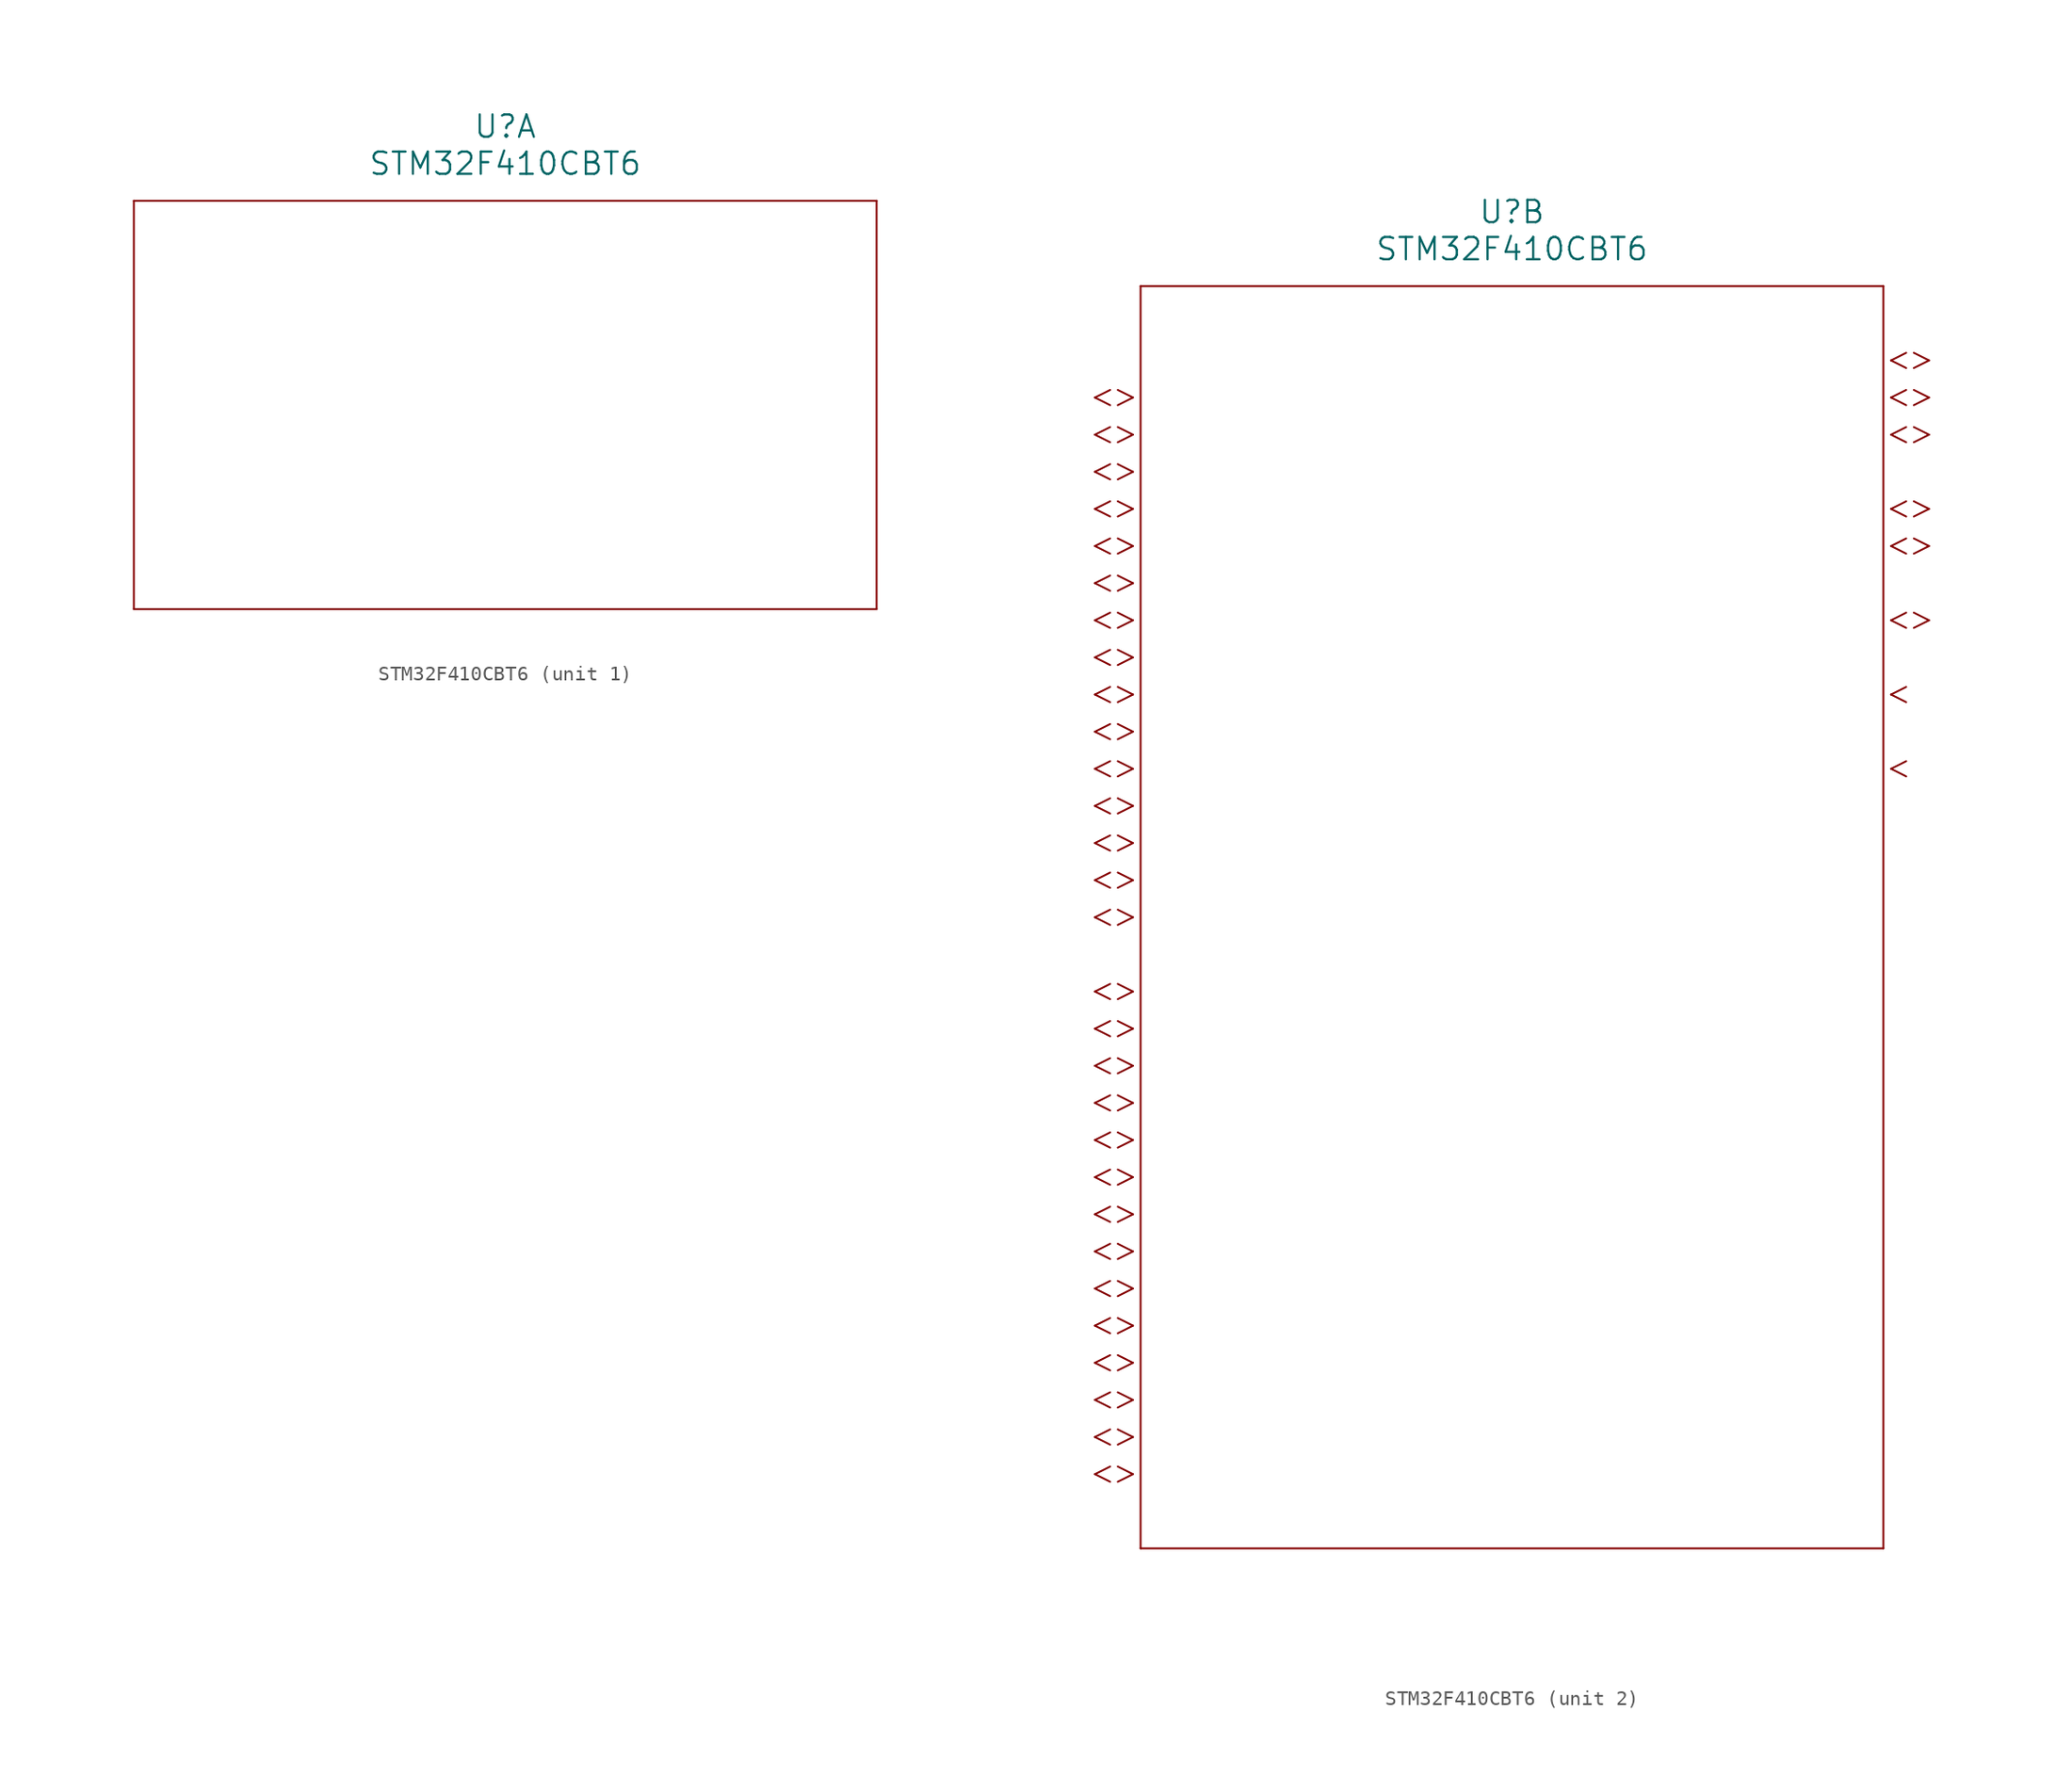
<source format=kicad_sym>
(kicad_symbol_lib
  (version 20211014)
  (generator kicad_symbol_editor)
  (symbol "STM32F410CBT6"
    (pin_names
      (offset 0.254))
    (property "Reference" "U"
      (at 33.02 10.16 0)
      (effects (font (size 1.524 1.524))))
    (property "Value" "STM32F410CBT6"
      (at 33.02 7.62 0)
      (effects (font (size 1.524 1.524))))
    (symbol "STM32F410CBT6_1_1"
      (polyline (pts (xy 7.62 5.08) (xy 7.62 -22.86)) (stroke (width 0.127) (type default) (color 0 0 0 0)) (fill (type none)))
      (polyline (pts (xy 7.62 -22.86) (xy 58.42 -22.86)) (stroke (width 0.127) (type default) (color 0 0 0 0)) (fill (type none)))
      (polyline (pts (xy 58.42 -22.86) (xy 58.42 5.08)) (stroke (width 0.127) (type default) (color 0 0 0 0)) (fill (type none)))
      (polyline (pts (xy 58.42 5.08) (xy 7.62 5.08)) (stroke (width 0.127) (type default) (color 0 0 0 0)) (fill (type none))))
    (symbol "STM32F410CBT6_2_1"
      (polyline (pts (xy 7.099 -2.54) (xy 6.058 -2.019)) (stroke (width 0.127) (type default) (color 0 0 0 0)) (fill (type none)))
      (polyline (pts (xy 7.099 -2.54) (xy 6.058 -3.061)) (stroke (width 0.127) (type default) (color 0 0 0 0)) (fill (type none)))
      (polyline (pts (xy 5.537 -2.019) (xy 4.496 -2.54)) (stroke (width 0.127) (type default) (color 0 0 0 0)) (fill (type none)))
      (polyline (pts (xy 5.537 -3.061) (xy 4.496 -2.54)) (stroke (width 0.127) (type default) (color 0 0 0 0)) (fill (type none)))
      (polyline (pts (xy 7.099 -5.08) (xy 6.058 -4.559)) (stroke (width 0.127) (type default) (color 0 0 0 0)) (fill (type none)))
      (polyline (pts (xy 7.099 -5.08) (xy 6.058 -5.601)) (stroke (width 0.127) (type default) (color 0 0 0 0)) (fill (type none)))
      (polyline (pts (xy 5.537 -4.559) (xy 4.496 -5.08)) (stroke (width 0.127) (type default) (color 0 0 0 0)) (fill (type none)))
      (polyline (pts (xy 5.537 -5.601) (xy 4.496 -5.08)) (stroke (width 0.127) (type default) (color 0 0 0 0)) (fill (type none)))
      (polyline (pts (xy 7.099 -7.62) (xy 6.058 -7.099)) (stroke (width 0.127) (type default) (color 0 0 0 0)) (fill (type none)))
      (polyline (pts (xy 7.099 -7.62) (xy 6.058 -8.141)) (stroke (width 0.127) (type default) (color 0 0 0 0)) (fill (type none)))
      (polyline (pts (xy 5.537 -7.099) (xy 4.496 -7.62)) (stroke (width 0.127) (type default) (color 0 0 0 0)) (fill (type none)))
      (polyline (pts (xy 5.537 -8.141) (xy 4.496 -7.62)) (stroke (width 0.127) (type default) (color 0 0 0 0)) (fill (type none)))
      (polyline (pts (xy 7.099 -10.16) (xy 6.058 -9.639)) (stroke (width 0.127) (type default) (color 0 0 0 0)) (fill (type none)))
      (polyline (pts (xy 7.099 -10.16) (xy 6.058 -10.681)) (stroke (width 0.127) (type default) (color 0 0 0 0)) (fill (type none)))
      (polyline (pts (xy 5.537 -9.639) (xy 4.496 -10.16)) (stroke (width 0.127) (type default) (color 0 0 0 0)) (fill (type none)))
      (polyline (pts (xy 5.537 -10.681) (xy 4.496 -10.16)) (stroke (width 0.127) (type default) (color 0 0 0 0)) (fill (type none)))
      (polyline (pts (xy 7.099 -12.7) (xy 6.058 -12.179)) (stroke (width 0.127) (type default) (color 0 0 0 0)) (fill (type none)))
      (polyline (pts (xy 7.099 -12.7) (xy 6.058 -13.221)) (stroke (width 0.127) (type default) (color 0 0 0 0)) (fill (type none)))
      (polyline (pts (xy 5.537 -12.179) (xy 4.496 -12.7)) (stroke (width 0.127) (type default) (color 0 0 0 0)) (fill (type none)))
      (polyline (pts (xy 5.537 -13.221) (xy 4.496 -12.7)) (stroke (width 0.127) (type default) (color 0 0 0 0)) (fill (type none)))
      (polyline (pts (xy 7.099 -15.24) (xy 6.058 -14.719)) (stroke (width 0.127) (type default) (color 0 0 0 0)) (fill (type none)))
      (polyline (pts (xy 7.099 -15.24) (xy 6.058 -15.761)) (stroke (width 0.127) (type default) (color 0 0 0 0)) (fill (type none)))
      (polyline (pts (xy 5.537 -14.719) (xy 4.496 -15.24)) (stroke (width 0.127) (type default) (color 0 0 0 0)) (fill (type none)))
      (polyline (pts (xy 5.537 -15.761) (xy 4.496 -15.24)) (stroke (width 0.127) (type default) (color 0 0 0 0)) (fill (type none)))
      (polyline (pts (xy 7.099 -17.78) (xy 6.058 -17.259)) (stroke (width 0.127) (type default) (color 0 0 0 0)) (fill (type none)))
      (polyline (pts (xy 7.099 -17.78) (xy 6.058 -18.301)) (stroke (width 0.127) (type default) (color 0 0 0 0)) (fill (type none)))
      (polyline (pts (xy 5.537 -17.259) (xy 4.496 -17.78)) (stroke (width 0.127) (type default) (color 0 0 0 0)) (fill (type none)))
      (polyline (pts (xy 5.537 -18.301) (xy 4.496 -17.78)) (stroke (width 0.127) (type default) (color 0 0 0 0)) (fill (type none)))
      (polyline (pts (xy 7.099 -20.32) (xy 6.058 -19.799)) (stroke (width 0.127) (type default) (color 0 0 0 0)) (fill (type none)))
      (polyline (pts (xy 7.099 -20.32) (xy 6.058 -20.841)) (stroke (width 0.127) (type default) (color 0 0 0 0)) (fill (type none)))
      (polyline (pts (xy 5.537 -19.799) (xy 4.496 -20.32)) (stroke (width 0.127) (type default) (color 0 0 0 0)) (fill (type none)))
      (polyline (pts (xy 5.537 -20.841) (xy 4.496 -20.32)) (stroke (width 0.127) (type default) (color 0 0 0 0)) (fill (type none)))
      (polyline (pts (xy 7.099 -22.86) (xy 6.058 -22.339)) (stroke (width 0.127) (type default) (color 0 0 0 0)) (fill (type none)))
      (polyline (pts (xy 7.099 -22.86) (xy 6.058 -23.381)) (stroke (width 0.127) (type default) (color 0 0 0 0)) (fill (type none)))
      (polyline (pts (xy 5.537 -22.339) (xy 4.496 -22.86)) (stroke (width 0.127) (type default) (color 0 0 0 0)) (fill (type none)))
      (polyline (pts (xy 5.537 -23.381) (xy 4.496 -22.86)) (stroke (width 0.127) (type default) (color 0 0 0 0)) (fill (type none)))
      (polyline (pts (xy 7.099 -25.4) (xy 6.058 -24.879)) (stroke (width 0.127) (type default) (color 0 0 0 0)) (fill (type none)))
      (polyline (pts (xy 7.099 -25.4) (xy 6.058 -25.921)) (stroke (width 0.127) (type default) (color 0 0 0 0)) (fill (type none)))
      (polyline (pts (xy 5.537 -24.879) (xy 4.496 -25.4)) (stroke (width 0.127) (type default) (color 0 0 0 0)) (fill (type none)))
      (polyline (pts (xy 5.537 -25.921) (xy 4.496 -25.4)) (stroke (width 0.127) (type default) (color 0 0 0 0)) (fill (type none)))
      (polyline (pts (xy 7.099 -27.94) (xy 6.058 -27.419)) (stroke (width 0.127) (type default) (color 0 0 0 0)) (fill (type none)))
      (polyline (pts (xy 7.099 -27.94) (xy 6.058 -28.461)) (stroke (width 0.127) (type default) (color 0 0 0 0)) (fill (type none)))
      (polyline (pts (xy 5.537 -27.419) (xy 4.496 -27.94)) (stroke (width 0.127) (type default) (color 0 0 0 0)) (fill (type none)))
      (polyline (pts (xy 5.537 -28.461) (xy 4.496 -27.94)) (stroke (width 0.127) (type default) (color 0 0 0 0)) (fill (type none)))
      (polyline (pts (xy 7.099 -30.48) (xy 6.058 -29.959)) (stroke (width 0.127) (type default) (color 0 0 0 0)) (fill (type none)))
      (polyline (pts (xy 7.099 -30.48) (xy 6.058 -31.001)) (stroke (width 0.127) (type default) (color 0 0 0 0)) (fill (type none)))
      (polyline (pts (xy 5.537 -29.959) (xy 4.496 -30.48)) (stroke (width 0.127) (type default) (color 0 0 0 0)) (fill (type none)))
      (polyline (pts (xy 5.537 -31.001) (xy 4.496 -30.48)) (stroke (width 0.127) (type default) (color 0 0 0 0)) (fill (type none)))
      (polyline (pts (xy 7.099 -33.02) (xy 6.058 -32.499)) (stroke (width 0.127) (type default) (color 0 0 0 0)) (fill (type none)))
      (polyline (pts (xy 7.099 -33.02) (xy 6.058 -33.541)) (stroke (width 0.127) (type default) (color 0 0 0 0)) (fill (type none)))
      (polyline (pts (xy 5.537 -32.499) (xy 4.496 -33.02)) (stroke (width 0.127) (type default) (color 0 0 0 0)) (fill (type none)))
      (polyline (pts (xy 5.537 -33.541) (xy 4.496 -33.02)) (stroke (width 0.127) (type default) (color 0 0 0 0)) (fill (type none)))
      (polyline (pts (xy 7.099 -35.56) (xy 6.058 -35.039)) (stroke (width 0.127) (type default) (color 0 0 0 0)) (fill (type none)))
      (polyline (pts (xy 7.099 -35.56) (xy 6.058 -36.081)) (stroke (width 0.127) (type default) (color 0 0 0 0)) (fill (type none)))
      (polyline (pts (xy 5.537 -35.039) (xy 4.496 -35.56)) (stroke (width 0.127) (type default) (color 0 0 0 0)) (fill (type none)))
      (polyline (pts (xy 5.537 -36.081) (xy 4.496 -35.56)) (stroke (width 0.127) (type default) (color 0 0 0 0)) (fill (type none)))
      (polyline (pts (xy 7.099 -38.1) (xy 6.058 -37.579)) (stroke (width 0.127) (type default) (color 0 0 0 0)) (fill (type none)))
      (polyline (pts (xy 7.099 -38.1) (xy 6.058 -38.621)) (stroke (width 0.127) (type default) (color 0 0 0 0)) (fill (type none)))
      (polyline (pts (xy 5.537 -37.579) (xy 4.496 -38.1)) (stroke (width 0.127) (type default) (color 0 0 0 0)) (fill (type none)))
      (polyline (pts (xy 5.537 -38.621) (xy 4.496 -38.1)) (stroke (width 0.127) (type default) (color 0 0 0 0)) (fill (type none)))
      (polyline (pts (xy 7.099 -43.18) (xy 6.058 -42.659)) (stroke (width 0.127) (type default) (color 0 0 0 0)) (fill (type none)))
      (polyline (pts (xy 7.099 -43.18) (xy 6.058 -43.701)) (stroke (width 0.127) (type default) (color 0 0 0 0)) (fill (type none)))
      (polyline (pts (xy 5.537 -42.659) (xy 4.496 -43.18)) (stroke (width 0.127) (type default) (color 0 0 0 0)) (fill (type none)))
      (polyline (pts (xy 5.537 -43.701) (xy 4.496 -43.18)) (stroke (width 0.127) (type default) (color 0 0 0 0)) (fill (type none)))
      (polyline (pts (xy 7.099 -45.72) (xy 6.058 -45.199)) (stroke (width 0.127) (type default) (color 0 0 0 0)) (fill (type none)))
      (polyline (pts (xy 7.099 -45.72) (xy 6.058 -46.241)) (stroke (width 0.127) (type default) (color 0 0 0 0)) (fill (type none)))
      (polyline (pts (xy 5.537 -45.199) (xy 4.496 -45.72)) (stroke (width 0.127) (type default) (color 0 0 0 0)) (fill (type none)))
      (polyline (pts (xy 5.537 -46.241) (xy 4.496 -45.72)) (stroke (width 0.127) (type default) (color 0 0 0 0)) (fill (type none)))
      (polyline (pts (xy 7.099 -48.26) (xy 6.058 -47.739)) (stroke (width 0.127) (type default) (color 0 0 0 0)) (fill (type none)))
      (polyline (pts (xy 7.099 -48.26) (xy 6.058 -48.781)) (stroke (width 0.127) (type default) (color 0 0 0 0)) (fill (type none)))
      (polyline (pts (xy 5.537 -47.739) (xy 4.496 -48.26)) (stroke (width 0.127) (type default) (color 0 0 0 0)) (fill (type none)))
      (polyline (pts (xy 5.537 -48.781) (xy 4.496 -48.26)) (stroke (width 0.127) (type default) (color 0 0 0 0)) (fill (type none)))
      (polyline (pts (xy 7.099 -50.8) (xy 6.058 -50.279)) (stroke (width 0.127) (type default) (color 0 0 0 0)) (fill (type none)))
      (polyline (pts (xy 7.099 -50.8) (xy 6.058 -51.321)) (stroke (width 0.127) (type default) (color 0 0 0 0)) (fill (type none)))
      (polyline (pts (xy 5.537 -50.279) (xy 4.496 -50.8)) (stroke (width 0.127) (type default) (color 0 0 0 0)) (fill (type none)))
      (polyline (pts (xy 5.537 -51.321) (xy 4.496 -50.8)) (stroke (width 0.127) (type default) (color 0 0 0 0)) (fill (type none)))
      (polyline (pts (xy 7.099 -53.34) (xy 6.058 -52.819)) (stroke (width 0.127) (type default) (color 0 0 0 0)) (fill (type none)))
      (polyline (pts (xy 7.099 -53.34) (xy 6.058 -53.861)) (stroke (width 0.127) (type default) (color 0 0 0 0)) (fill (type none)))
      (polyline (pts (xy 5.537 -52.819) (xy 4.496 -53.34)) (stroke (width 0.127) (type default) (color 0 0 0 0)) (fill (type none)))
      (polyline (pts (xy 5.537 -53.861) (xy 4.496 -53.34)) (stroke (width 0.127) (type default) (color 0 0 0 0)) (fill (type none)))
      (polyline (pts (xy 7.099 -55.88) (xy 6.058 -55.359)) (stroke (width 0.127) (type default) (color 0 0 0 0)) (fill (type none)))
      (polyline (pts (xy 7.099 -55.88) (xy 6.058 -56.401)) (stroke (width 0.127) (type default) (color 0 0 0 0)) (fill (type none)))
      (polyline (pts (xy 5.537 -55.359) (xy 4.496 -55.88)) (stroke (width 0.127) (type default) (color 0 0 0 0)) (fill (type none)))
      (polyline (pts (xy 5.537 -56.401) (xy 4.496 -55.88)) (stroke (width 0.127) (type default) (color 0 0 0 0)) (fill (type none)))
      (polyline (pts (xy 7.099 -58.42) (xy 6.058 -57.899)) (stroke (width 0.127) (type default) (color 0 0 0 0)) (fill (type none)))
      (polyline (pts (xy 7.099 -58.42) (xy 6.058 -58.941)) (stroke (width 0.127) (type default) (color 0 0 0 0)) (fill (type none)))
      (polyline (pts (xy 5.537 -57.899) (xy 4.496 -58.42)) (stroke (width 0.127) (type default) (color 0 0 0 0)) (fill (type none)))
      (polyline (pts (xy 5.537 -58.941) (xy 4.496 -58.42)) (stroke (width 0.127) (type default) (color 0 0 0 0)) (fill (type none)))
      (polyline (pts (xy 7.099 -60.96) (xy 6.058 -60.439)) (stroke (width 0.127) (type default) (color 0 0 0 0)) (fill (type none)))
      (polyline (pts (xy 7.099 -60.96) (xy 6.058 -61.481)) (stroke (width 0.127) (type default) (color 0 0 0 0)) (fill (type none)))
      (polyline (pts (xy 5.537 -60.439) (xy 4.496 -60.96)) (stroke (width 0.127) (type default) (color 0 0 0 0)) (fill (type none)))
      (polyline (pts (xy 5.537 -61.481) (xy 4.496 -60.96)) (stroke (width 0.127) (type default) (color 0 0 0 0)) (fill (type none)))
      (polyline (pts (xy 7.099 -63.5) (xy 6.058 -62.979)) (stroke (width 0.127) (type default) (color 0 0 0 0)) (fill (type none)))
      (polyline (pts (xy 7.099 -63.5) (xy 6.058 -64.021)) (stroke (width 0.127) (type default) (color 0 0 0 0)) (fill (type none)))
      (polyline (pts (xy 5.537 -62.979) (xy 4.496 -63.5)) (stroke (width 0.127) (type default) (color 0 0 0 0)) (fill (type none)))
      (polyline (pts (xy 5.537 -64.021) (xy 4.496 -63.5)) (stroke (width 0.127) (type default) (color 0 0 0 0)) (fill (type none)))
      (polyline (pts (xy 7.099 -66.04) (xy 6.058 -65.519)) (stroke (width 0.127) (type default) (color 0 0 0 0)) (fill (type none)))
      (polyline (pts (xy 7.099 -66.04) (xy 6.058 -66.561)) (stroke (width 0.127) (type default) (color 0 0 0 0)) (fill (type none)))
      (polyline (pts (xy 5.537 -65.519) (xy 4.496 -66.04)) (stroke (width 0.127) (type default) (color 0 0 0 0)) (fill (type none)))
      (polyline (pts (xy 5.537 -66.561) (xy 4.496 -66.04)) (stroke (width 0.127) (type default) (color 0 0 0 0)) (fill (type none)))
      (polyline (pts (xy 7.099 -68.58) (xy 6.058 -68.059)) (stroke (width 0.127) (type default) (color 0 0 0 0)) (fill (type none)))
      (polyline (pts (xy 7.099 -68.58) (xy 6.058 -69.101)) (stroke (width 0.127) (type default) (color 0 0 0 0)) (fill (type none)))
      (polyline (pts (xy 5.537 -68.059) (xy 4.496 -68.58)) (stroke (width 0.127) (type default) (color 0 0 0 0)) (fill (type none)))
      (polyline (pts (xy 5.537 -69.101) (xy 4.496 -68.58)) (stroke (width 0.127) (type default) (color 0 0 0 0)) (fill (type none)))
      (polyline (pts (xy 7.099 -71.12) (xy 6.058 -70.599)) (stroke (width 0.127) (type default) (color 0 0 0 0)) (fill (type none)))
      (polyline (pts (xy 7.099 -71.12) (xy 6.058 -71.641)) (stroke (width 0.127) (type default) (color 0 0 0 0)) (fill (type none)))
      (polyline (pts (xy 5.537 -70.599) (xy 4.496 -71.12)) (stroke (width 0.127) (type default) (color 0 0 0 0)) (fill (type none)))
      (polyline (pts (xy 5.537 -71.641) (xy 4.496 -71.12)) (stroke (width 0.127) (type default) (color 0 0 0 0)) (fill (type none)))
      (polyline (pts (xy 7.099 -73.66) (xy 6.058 -73.139)) (stroke (width 0.127) (type default) (color 0 0 0 0)) (fill (type none)))
      (polyline (pts (xy 7.099 -73.66) (xy 6.058 -74.181)) (stroke (width 0.127) (type default) (color 0 0 0 0)) (fill (type none)))
      (polyline (pts (xy 5.537 -73.139) (xy 4.496 -73.66)) (stroke (width 0.127) (type default) (color 0 0 0 0)) (fill (type none)))
      (polyline (pts (xy 5.537 -74.181) (xy 4.496 -73.66)) (stroke (width 0.127) (type default) (color 0 0 0 0)) (fill (type none)))
      (polyline (pts (xy 7.099 -76.2) (xy 6.058 -75.679)) (stroke (width 0.127) (type default) (color 0 0 0 0)) (fill (type none)))
      (polyline (pts (xy 7.099 -76.2) (xy 6.058 -76.721)) (stroke (width 0.127) (type default) (color 0 0 0 0)) (fill (type none)))
      (polyline (pts (xy 5.537 -75.679) (xy 4.496 -76.2)) (stroke (width 0.127) (type default) (color 0 0 0 0)) (fill (type none)))
      (polyline (pts (xy 5.537 -76.721) (xy 4.496 -76.2)) (stroke (width 0.127) (type default) (color 0 0 0 0)) (fill (type none)))
      (polyline (pts (xy 58.941 0) (xy 59.982 0.521)) (stroke (width 0.127) (type default) (color 0 0 0 0)) (fill (type none)))
      (polyline (pts (xy 58.941 0) (xy 59.982 -0.521)) (stroke (width 0.127) (type default) (color 0 0 0 0)) (fill (type none)))
      (polyline (pts (xy 60.503 0.521) (xy 61.544 0)) (stroke (width 0.127) (type default) (color 0 0 0 0)) (fill (type none)))
      (polyline (pts (xy 60.503 -0.521) (xy 61.544 0)) (stroke (width 0.127) (type default) (color 0 0 0 0)) (fill (type none)))
      (polyline (pts (xy 58.941 -2.54) (xy 59.982 -2.019)) (stroke (width 0.127) (type default) (color 0 0 0 0)) (fill (type none)))
      (polyline (pts (xy 58.941 -2.54) (xy 59.982 -3.061)) (stroke (width 0.127) (type default) (color 0 0 0 0)) (fill (type none)))
      (polyline (pts (xy 60.503 -2.019) (xy 61.544 -2.54)) (stroke (width 0.127) (type default) (color 0 0 0 0)) (fill (type none)))
      (polyline (pts (xy 60.503 -3.061) (xy 61.544 -2.54)) (stroke (width 0.127) (type default) (color 0 0 0 0)) (fill (type none)))
      (polyline (pts (xy 58.941 -5.08) (xy 59.982 -4.559)) (stroke (width 0.127) (type default) (color 0 0 0 0)) (fill (type none)))
      (polyline (pts (xy 58.941 -5.08) (xy 59.982 -5.601)) (stroke (width 0.127) (type default) (color 0 0 0 0)) (fill (type none)))
      (polyline (pts (xy 60.503 -4.559) (xy 61.544 -5.08)) (stroke (width 0.127) (type default) (color 0 0 0 0)) (fill (type none)))
      (polyline (pts (xy 60.503 -5.601) (xy 61.544 -5.08)) (stroke (width 0.127) (type default) (color 0 0 0 0)) (fill (type none)))
      (polyline (pts (xy 58.941 -10.16) (xy 59.982 -9.639)) (stroke (width 0.127) (type default) (color 0 0 0 0)) (fill (type none)))
      (polyline (pts (xy 58.941 -10.16) (xy 59.982 -10.681)) (stroke (width 0.127) (type default) (color 0 0 0 0)) (fill (type none)))
      (polyline (pts (xy 60.503 -9.639) (xy 61.544 -10.16)) (stroke (width 0.127) (type default) (color 0 0 0 0)) (fill (type none)))
      (polyline (pts (xy 60.503 -10.681) (xy 61.544 -10.16)) (stroke (width 0.127) (type default) (color 0 0 0 0)) (fill (type none)))
      (polyline (pts (xy 58.941 -12.7) (xy 59.982 -12.179)) (stroke (width 0.127) (type default) (color 0 0 0 0)) (fill (type none)))
      (polyline (pts (xy 58.941 -12.7) (xy 59.982 -13.221)) (stroke (width 0.127) (type default) (color 0 0 0 0)) (fill (type none)))
      (polyline (pts (xy 60.503 -12.179) (xy 61.544 -12.7)) (stroke (width 0.127) (type default) (color 0 0 0 0)) (fill (type none)))
      (polyline (pts (xy 60.503 -13.221) (xy 61.544 -12.7)) (stroke (width 0.127) (type default) (color 0 0 0 0)) (fill (type none)))
      (polyline (pts (xy 58.941 -17.78) (xy 59.982 -17.259)) (stroke (width 0.127) (type default) (color 0 0 0 0)) (fill (type none)))
      (polyline (pts (xy 58.941 -17.78) (xy 59.982 -18.301)) (stroke (width 0.127) (type default) (color 0 0 0 0)) (fill (type none)))
      (polyline (pts (xy 60.503 -17.259) (xy 61.544 -17.78)) (stroke (width 0.127) (type default) (color 0 0 0 0)) (fill (type none)))
      (polyline (pts (xy 60.503 -18.301) (xy 61.544 -17.78)) (stroke (width 0.127) (type default) (color 0 0 0 0)) (fill (type none)))
      (polyline (pts (xy 58.941 -22.86) (xy 59.982 -22.339)) (stroke (width 0.127) (type default) (color 0 0 0 0)) (fill (type none)))
      (polyline (pts (xy 58.941 -22.86) (xy 59.982 -23.381)) (stroke (width 0.127) (type default) (color 0 0 0 0)) (fill (type none)))
      (polyline (pts (xy 58.941 -27.94) (xy 59.982 -27.419)) (stroke (width 0.127) (type default) (color 0 0 0 0)) (fill (type none)))
      (polyline (pts (xy 58.941 -27.94) (xy 59.982 -28.461)) (stroke (width 0.127) (type default) (color 0 0 0 0)) (fill (type none)))
      (polyline (pts (xy 7.62 5.08) (xy 7.62 -81.28)) (stroke (width 0.127) (type default) (color 0 0 0 0)) (fill (type none)))
      (polyline (pts (xy 7.62 -81.28) (xy 58.42 -81.28)) (stroke (width 0.127) (type default) (color 0 0 0 0)) (fill (type none)))
      (polyline (pts (xy 58.42 -81.28) (xy 58.42 5.08)) (stroke (width 0.127) (type default) (color 0 0 0 0)) (fill (type none)))
      (polyline (pts (xy 58.42 5.08) (xy 7.62 5.08)) (stroke (width 0.127) (type default) (color 0 0 0 0)) (fill (type none))))))
</source>
